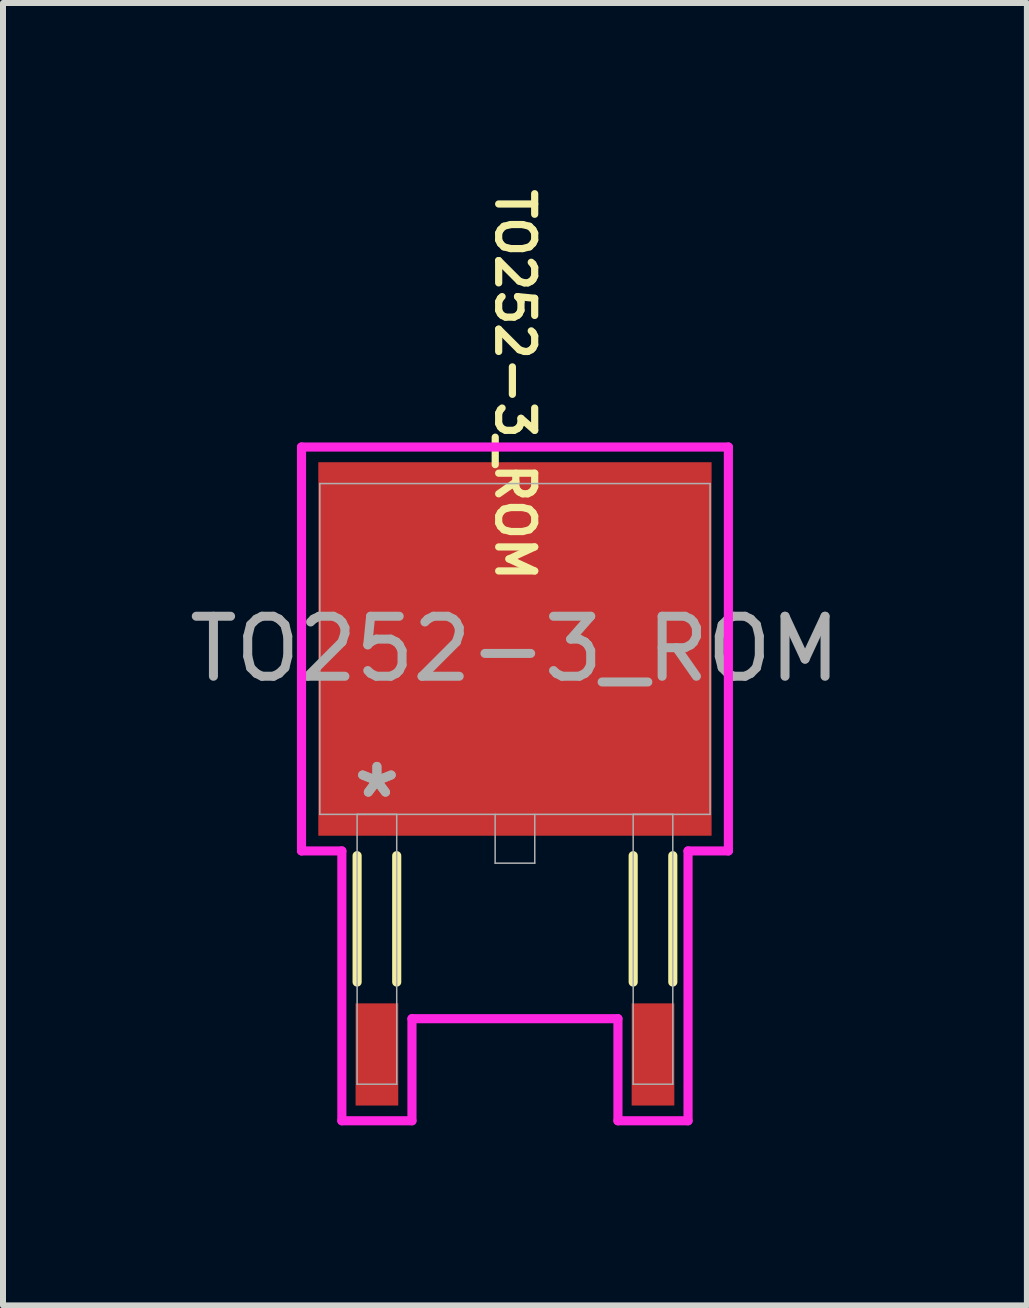
<source format=kicad_pcb>
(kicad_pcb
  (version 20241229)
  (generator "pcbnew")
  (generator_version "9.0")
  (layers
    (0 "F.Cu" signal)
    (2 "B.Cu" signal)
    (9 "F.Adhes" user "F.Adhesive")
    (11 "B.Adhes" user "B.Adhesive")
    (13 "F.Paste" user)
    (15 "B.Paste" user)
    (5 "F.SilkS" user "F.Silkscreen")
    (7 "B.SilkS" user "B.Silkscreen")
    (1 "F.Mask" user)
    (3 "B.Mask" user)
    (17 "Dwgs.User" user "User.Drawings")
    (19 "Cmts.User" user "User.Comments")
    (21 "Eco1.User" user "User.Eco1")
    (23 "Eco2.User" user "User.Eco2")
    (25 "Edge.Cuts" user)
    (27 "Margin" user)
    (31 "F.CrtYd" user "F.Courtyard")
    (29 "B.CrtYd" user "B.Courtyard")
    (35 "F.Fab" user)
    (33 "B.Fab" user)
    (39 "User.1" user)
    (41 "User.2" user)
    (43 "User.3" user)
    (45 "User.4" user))
  (footprint "TO252-3_ROM"
    (layer "F.Cu")
    (at 5.53 7.763)
    (property "Reference" "TO252-3_ROM" (at 0 -4.4 270) (unlocked yes) (layer "F.SilkS") (effects (font (size 0.6 0.6) (thickness 0.12))))
    (attr smd)
    (fp_line (start -2.63 3.444) (end -2.63 5.55) (stroke (width 0.152) (type solid)) (layer "F.SilkS"))
    (fp_line (start -1.97 3.444) (end -1.97 5.55) (stroke (width 0.152) (type solid)) (layer "F.SilkS"))
    (fp_line (start 1.97 3.444) (end 1.97 5.55) (stroke (width 0.152) (type solid)) (layer "F.SilkS"))
    (fp_line (start 2.63 3.444) (end 2.63 5.55) (stroke (width 0.152) (type solid)) (layer "F.SilkS"))
    (fp_line (start -3.556 -3.365) (end 3.556 -3.365) (stroke (width 0.152) (type solid)) (layer "F.CrtYd"))
    (fp_line (start -3.556 3.365) (end -3.556 -3.365) (stroke (width 0.152) (type solid)) (layer "F.CrtYd"))
    (fp_line (start -2.884 3.365) (end -3.556 3.365) (stroke (width 0.152) (type solid)) (layer "F.CrtYd"))
    (fp_line (start -2.884 7.861) (end -2.884 3.365) (stroke (width 0.152) (type solid)) (layer "F.CrtYd"))
    (fp_line (start -1.716 6.16) (end -1.716 7.861) (stroke (width 0.152) (type solid)) (layer "F.CrtYd"))
    (fp_line (start -1.716 7.861) (end -2.884 7.861) (stroke (width 0.152) (type solid)) (layer "F.CrtYd"))
    (fp_line (start 1.716 6.16) (end -1.716 6.16) (stroke (width 0.152) (type solid)) (layer "F.CrtYd"))
    (fp_line (start 1.716 7.861) (end 1.716 6.16) (stroke (width 0.152) (type solid)) (layer "F.CrtYd"))
    (fp_line (start 2.884 3.365) (end 2.884 7.861) (stroke (width 0.152) (type solid)) (layer "F.CrtYd"))
    (fp_line (start 2.884 7.861) (end 1.716 7.861) (stroke (width 0.152) (type solid)) (layer "F.CrtYd"))
    (fp_line (start 3.556 -3.365) (end 3.556 3.365) (stroke (width 0.152) (type solid)) (layer "F.CrtYd"))
    (fp_line (start 3.556 3.365) (end 2.884 3.365) (stroke (width 0.152) (type solid)) (layer "F.CrtYd"))
    (fp_line (start -3.251 -2.756) (end -3.251 2.756) (stroke (width 0.025) (type solid)) (layer "F.Fab"))
    (fp_line (start -3.251 2.756) (end 3.251 2.756) (stroke (width 0.025) (type solid)) (layer "F.Fab"))
    (fp_line (start -2.63 2.756) (end -2.63 7.252) (stroke (width 0.025) (type solid)) (layer "F.Fab"))
    (fp_line (start -2.63 7.252) (end -1.97 7.252) (stroke (width 0.025) (type solid)) (layer "F.Fab"))
    (fp_line (start -1.97 2.756) (end -2.63 2.756) (stroke (width 0.025) (type solid)) (layer "F.Fab"))
    (fp_line (start -1.97 7.252) (end -1.97 2.756) (stroke (width 0.025) (type solid)) (layer "F.Fab"))
    (fp_line (start -0.33 2.756) (end -0.33 3.569) (stroke (width 0.025) (type solid)) (layer "F.Fab"))
    (fp_line (start -0.33 3.569) (end 0.33 3.569) (stroke (width 0.025) (type solid)) (layer "F.Fab"))
    (fp_line (start 0.33 3.569) (end 0.33 2.756) (stroke (width 0.025) (type solid)) (layer "F.Fab"))
    (fp_line (start 1.97 2.756) (end 1.97 7.252) (stroke (width 0.025) (type solid)) (layer "F.Fab"))
    (fp_line (start 1.97 7.252) (end 2.63 7.252) (stroke (width 0.025) (type solid)) (layer "F.Fab"))
    (fp_line (start 2.63 2.756) (end 1.97 2.756) (stroke (width 0.025) (type solid)) (layer "F.Fab"))
    (fp_line (start 2.63 7.252) (end 2.63 2.756) (stroke (width 0.025) (type solid)) (layer "F.Fab"))
    (fp_line (start 3.251 -2.756) (end -3.251 -2.756) (stroke (width 0.025) (type solid)) (layer "F.Fab"))
    (fp_line (start 3.251 2.756) (end 3.251 -2.756) (stroke (width 0.025) (type solid)) (layer "F.Fab"))
    (fp_text user "*" (at -2.3 2.502 0) (layer "F.Fab") (effects (font (size 1 1) (thickness 0.15))))
    (fp_text user "${REFERENCE}" (at 0 0 0) (unlocked yes) (layer "F.Fab") (effects (font (size 1 1) (thickness 0.15))))
    (fp_text user "*" (at -2.3 2.502 0) (layer "F.Fab") (effects (font (size 1 1) (thickness 0.15))))
    (pad "1" smd rect (at -2.3 6.756) (size 0.711 1.702) (layers "F.Cu" "F.Mask" "F.Paste"))
    (pad "2" smd rect (at 0 0) (size 6.553 6.223) (layers "F.Cu" "F.Mask" "F.Paste"))
    (pad "3" smd rect (at 2.3 6.756) (size 0.711 1.702) (layers "F.Cu" "F.Mask" "F.Paste")))
  (gr_rect
    (start -3 -3)
    (end 14.06 18.7)
    (stroke (width 0.1) (type default))
    (fill no)
    (layer "Edge.Cuts")))
</source>
